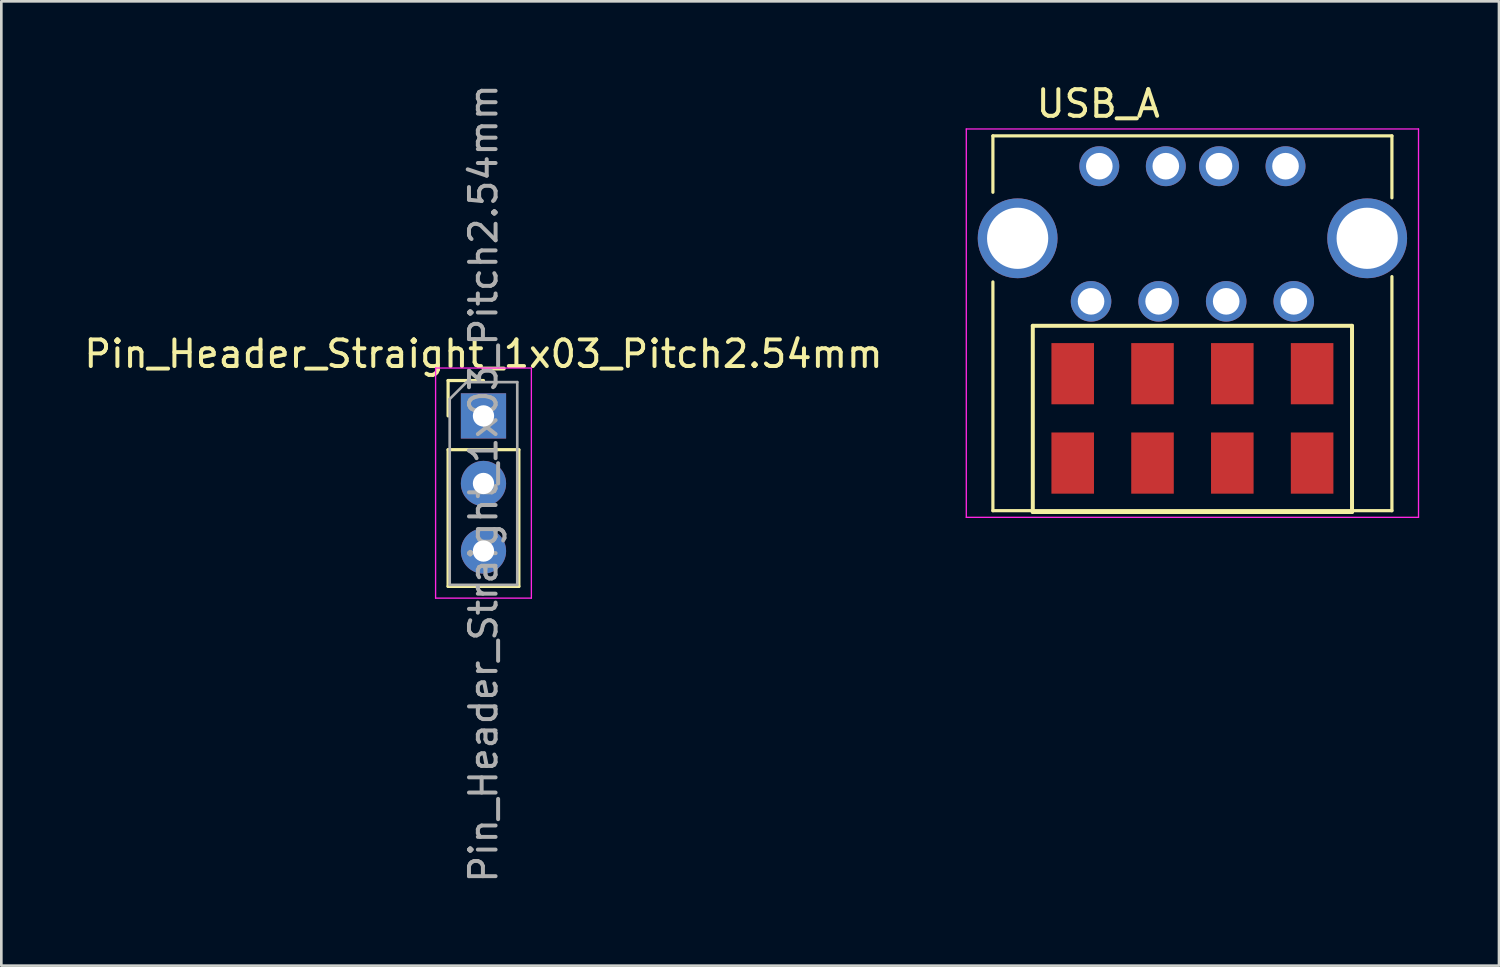
<source format=kicad_pcb>
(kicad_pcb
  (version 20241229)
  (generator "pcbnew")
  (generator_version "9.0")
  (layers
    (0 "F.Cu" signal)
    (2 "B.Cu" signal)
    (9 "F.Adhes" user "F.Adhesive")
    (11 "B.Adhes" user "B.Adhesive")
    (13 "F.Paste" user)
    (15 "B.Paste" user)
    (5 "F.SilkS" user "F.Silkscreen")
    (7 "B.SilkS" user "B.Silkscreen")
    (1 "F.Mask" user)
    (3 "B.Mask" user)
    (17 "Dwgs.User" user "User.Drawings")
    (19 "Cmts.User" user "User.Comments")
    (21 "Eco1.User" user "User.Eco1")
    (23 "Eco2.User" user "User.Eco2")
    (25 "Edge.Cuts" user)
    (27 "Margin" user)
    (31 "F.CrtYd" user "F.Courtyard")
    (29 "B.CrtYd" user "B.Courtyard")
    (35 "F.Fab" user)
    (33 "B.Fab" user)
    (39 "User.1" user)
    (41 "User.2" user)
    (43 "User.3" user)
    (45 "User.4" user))
  (footprint "Pin_Header_Straight_1x03_Pitch2.54mm"
    (layer "F.Cu")
    (at 15.125 12.585)
    (property "Reference" "Pin_Header_Straight_1x03_Pitch2.54mm" (at 0 -2.33 0) (layer "F.SilkS") (effects (font (size 1 1) (thickness 0.15))))
    (attr through_hole)
    (fp_line (start -1.33 -1.33) (end 0 -1.33) (stroke (width 0.12) (type solid)) (layer "F.SilkS"))
    (fp_line (start -1.33 0) (end -1.33 -1.33) (stroke (width 0.12) (type solid)) (layer "F.SilkS"))
    (fp_line (start -1.33 1.27) (end -1.33 6.41) (stroke (width 0.12) (type solid)) (layer "F.SilkS"))
    (fp_line (start -1.33 1.27) (end 1.33 1.27) (stroke (width 0.12) (type solid)) (layer "F.SilkS"))
    (fp_line (start -1.33 6.41) (end 1.33 6.41) (stroke (width 0.12) (type solid)) (layer "F.SilkS"))
    (fp_line (start 1.33 1.27) (end 1.33 6.41) (stroke (width 0.12) (type solid)) (layer "F.SilkS"))
    (fp_line (start -1.8 -1.8) (end -1.8 6.85) (stroke (width 0.05) (type solid)) (layer "F.CrtYd"))
    (fp_line (start -1.8 6.85) (end 1.8 6.85) (stroke (width 0.05) (type solid)) (layer "F.CrtYd"))
    (fp_line (start 1.8 -1.8) (end -1.8 -1.8) (stroke (width 0.05) (type solid)) (layer "F.CrtYd"))
    (fp_line (start 1.8 6.85) (end 1.8 -1.8) (stroke (width 0.05) (type solid)) (layer "F.CrtYd"))
    (fp_line (start -1.27 -0.635) (end -0.635 -1.27) (stroke (width 0.1) (type solid)) (layer "F.Fab"))
    (fp_line (start -1.27 6.35) (end -1.27 -0.635) (stroke (width 0.1) (type solid)) (layer "F.Fab"))
    (fp_line (start -0.635 -1.27) (end 1.27 -1.27) (stroke (width 0.1) (type solid)) (layer "F.Fab"))
    (fp_line (start 1.27 -1.27) (end 1.27 6.35) (stroke (width 0.1) (type solid)) (layer "F.Fab"))
    (fp_line (start 1.27 6.35) (end -1.27 6.35) (stroke (width 0.1) (type solid)) (layer "F.Fab"))
    (fp_text user "${REFERENCE}" (at 0 2.54 90) (layer "F.Fab") (effects (font (size 1 1) (thickness 0.15))))
    (pad "1" thru_hole rect (at 0 0) (size 1.7 1.7) (drill 0.8) (layers "*.Cu" "*.Mask"))
    (pad "2" thru_hole oval (at 0 2.54) (size 1.7 1.7) (drill 0.8) (layers "*.Cu" "*.Mask"))
    (pad "3" thru_hole oval (at 0 5.08) (size 1.7 1.7) (drill 0.8) (layers "*.Cu" "*.Mask")))
  (footprint "USB_A"
    (layer "F.Cu")
    (at 41.775 3.198)
    (property "Reference" "USB_A" (at -3.54 -2.35 0) (layer "F.SilkS") (effects (font (size 1 1) (thickness 0.15))))
    (attr through_hole)
    (fp_line (start -7.5 -1.14) (end -7.5 0.98) (stroke (width 0.12) (type solid)) (layer "F.SilkS"))
    (fp_line (start -7.5 4.35) (end -7.5 12.95) (stroke (width 0.12) (type solid)) (layer "F.SilkS"))
    (fp_line (start -6 6) (end -6 13) (stroke (width 0.15) (type solid)) (layer "F.SilkS"))
    (fp_line (start -6 6) (end 6 6) (stroke (width 0.15) (type solid)) (layer "F.SilkS"))
    (fp_line (start -6 13) (end 6 13) (stroke (width 0.15) (type solid)) (layer "F.SilkS"))
    (fp_line (start 6 6) (end 6 13) (stroke (width 0.15) (type solid)) (layer "F.SilkS"))
    (fp_line (start 7.5 -1.14) (end -7.5 -1.14) (stroke (width 0.12) (type solid)) (layer "F.SilkS"))
    (fp_line (start 7.5 -1.14) (end 7.5 1.19) (stroke (width 0.12) (type solid)) (layer "F.SilkS"))
    (fp_line (start 7.5 4.15) (end 7.5 12.95) (stroke (width 0.12) (type solid)) (layer "F.SilkS"))
    (fp_line (start 7.5 12.95) (end -7.5 12.95) (stroke (width 0.12) (type solid)) (layer "F.SilkS"))
    (fp_line (start -8.5 -1.4) (end 8.5 -1.4) (stroke (width 0.05) (type solid)) (layer "F.CrtYd"))
    (fp_line (start -8.5 13.2) (end -8.5 -1.4) (stroke (width 0.05) (type solid)) (layer "F.CrtYd"))
    (fp_line (start -8.5 13.2) (end 8.5 13.2) (stroke (width 0.05) (type solid)) (layer "F.CrtYd"))
    (fp_line (start 8.5 -1.4) (end 8.5 13.2) (stroke (width 0.05) (type solid)) (layer "F.CrtYd"))
    (pad "1" smd rect (at -4.5 7.8 270) (size 2.3 1.6) (layers "F.Cu" "F.Mask" "F.Paste"))
    (pad "1" smd rect (at -4.5 11.16 270) (size 2.3 1.6) (layers "F.Cu" "F.Mask" "F.Paste"))
    (pad "1" thru_hole circle (at -3.81 5.08) (size 1.524 1.524) (drill 1) (layers "*.Cu" "*.Mask"))
    (pad "1" thru_hole circle (at -3.5 0 270) (size 1.5 1.5) (drill 1) (layers "*.Cu" "*.Mask"))
    (pad "2" smd rect (at -1.5 7.8 270) (size 2.3 1.6) (layers "F.Cu" "F.Mask" "F.Paste"))
    (pad "2" smd rect (at -1.5 11.16 270) (size 2.3 1.6) (layers "F.Cu" "F.Mask" "F.Paste"))
    (pad "2" thru_hole circle (at -1.27 5.08) (size 1.524 1.524) (drill 1) (layers "*.Cu" "*.Mask"))
    (pad "2" thru_hole circle (at -1 0 270) (size 1.5 1.5) (drill 1) (layers "*.Cu" "*.Mask"))
    (pad "3" thru_hole circle (at 1 0 270) (size 1.5 1.5) (drill 1) (layers "*.Cu" "*.Mask"))
    (pad "3" thru_hole circle (at 1.27 5.08) (size 1.524 1.524) (drill 1) (layers "*.Cu" "*.Mask"))
    (pad "3" smd rect (at 1.5 7.8 270) (size 2.3 1.6) (layers "F.Cu" "F.Mask" "F.Paste"))
    (pad "3" smd rect (at 1.5 11.16 270) (size 2.3 1.6) (layers "F.Cu" "F.Mask" "F.Paste"))
    (pad "4" thru_hole circle (at 3.5 0 270) (size 1.5 1.5) (drill 1) (layers "*.Cu" "*.Mask"))
    (pad "4" thru_hole circle (at 3.81 5.08) (size 1.524 1.524) (drill 1) (layers "*.Cu" "*.Mask"))
    (pad "4" smd rect (at 4.5 7.8 270) (size 2.3 1.6) (layers "F.Cu" "F.Mask" "F.Paste"))
    (pad "4" smd rect (at 4.5 11.16 270) (size 2.3 1.6) (layers "F.Cu" "F.Mask" "F.Paste"))
    (pad "5" thru_hole circle (at -6.57 2.71 270) (size 3 3) (drill 2.3) (layers "*.Cu" "*.Mask"))
    (pad "5" thru_hole circle (at 6.57 2.71 270) (size 3 3) (drill 2.3) (layers "*.Cu" "*.Mask")))
  (gr_rect
    (start -3 -3)
    (end 53.3 33.25)
    (stroke (width 0.1) (type default))
    (fill no)
    (layer "Edge.Cuts")))
</source>
